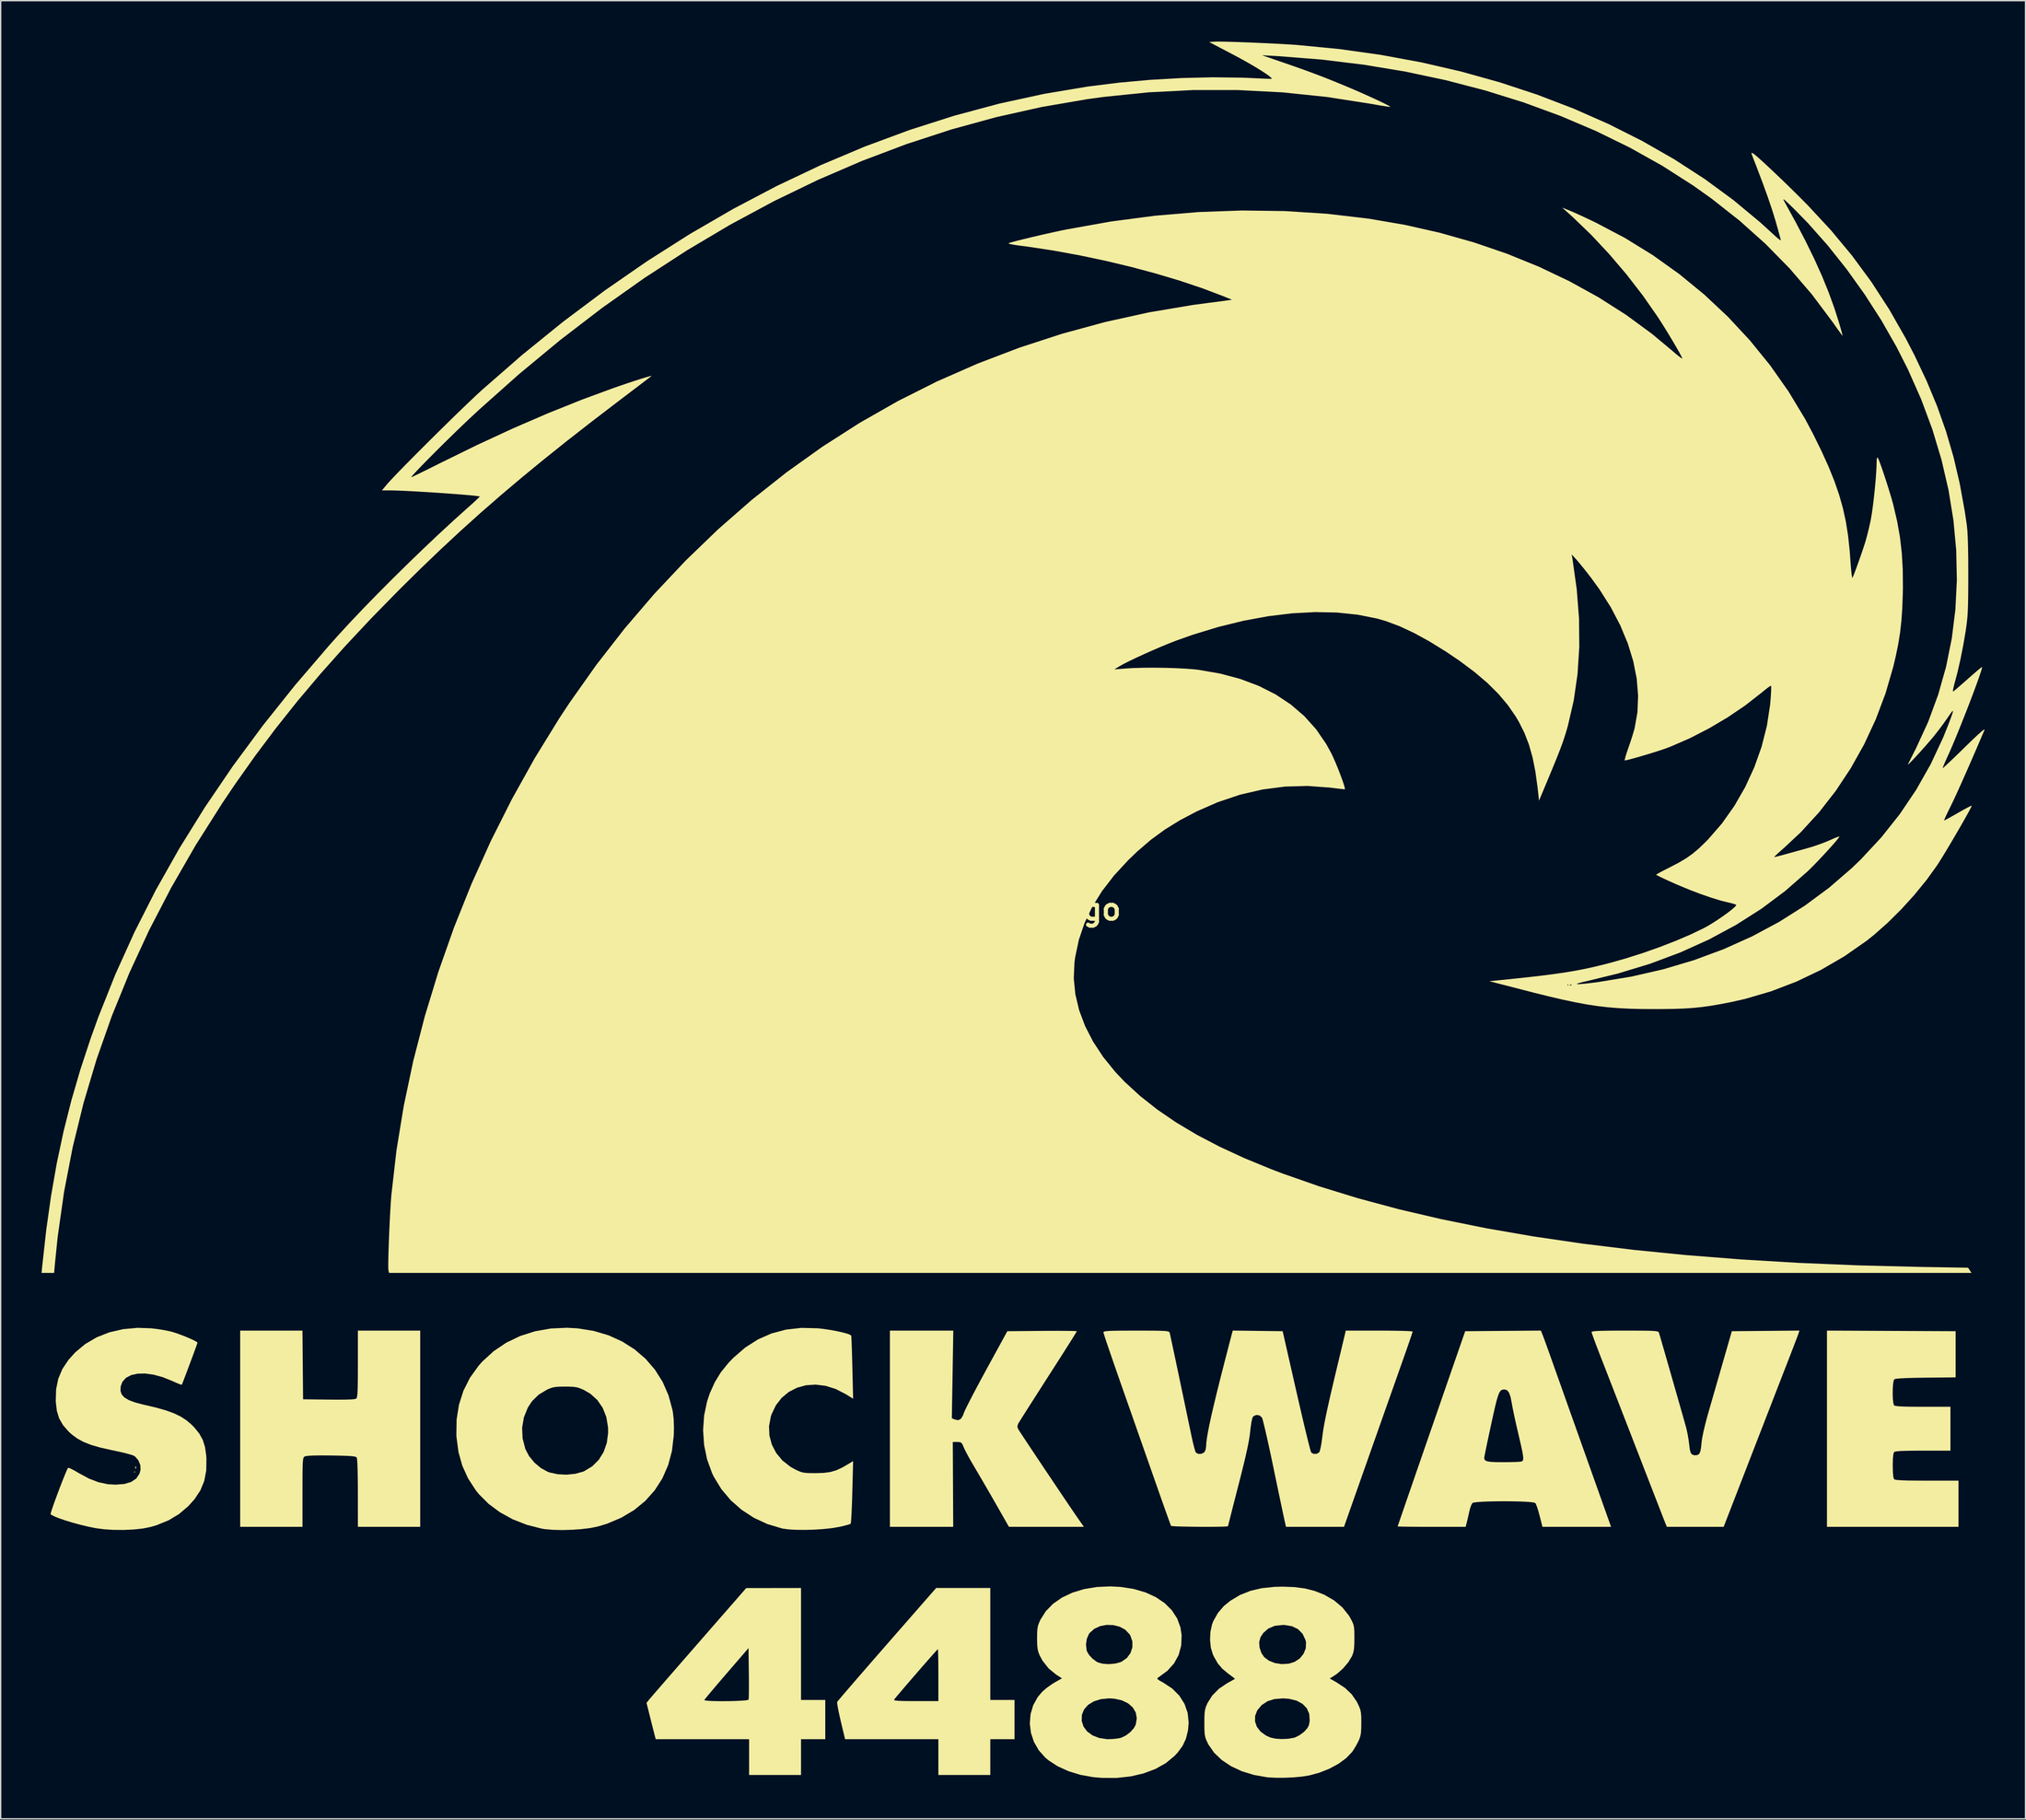
<source format=kicad_pcb>
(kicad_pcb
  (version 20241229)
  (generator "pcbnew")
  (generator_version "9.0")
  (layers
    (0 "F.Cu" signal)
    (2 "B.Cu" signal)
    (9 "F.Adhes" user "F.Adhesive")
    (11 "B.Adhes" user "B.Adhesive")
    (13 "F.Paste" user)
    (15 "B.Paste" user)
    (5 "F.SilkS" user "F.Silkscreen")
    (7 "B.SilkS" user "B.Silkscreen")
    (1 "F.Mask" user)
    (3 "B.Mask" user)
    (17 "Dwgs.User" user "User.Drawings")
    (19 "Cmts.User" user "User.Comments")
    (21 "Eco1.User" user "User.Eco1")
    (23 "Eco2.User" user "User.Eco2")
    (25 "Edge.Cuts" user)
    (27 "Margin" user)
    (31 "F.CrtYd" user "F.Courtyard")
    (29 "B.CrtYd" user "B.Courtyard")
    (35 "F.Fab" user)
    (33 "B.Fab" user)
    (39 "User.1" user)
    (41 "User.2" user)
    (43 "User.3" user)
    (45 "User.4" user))
  (footprint "Shockwave_logo"
    (layer "F.Cu")
    (at 70.028 63.66)
    (property "Reference" "Shockwave_logo" (at 0 0 0) (layer "F.SilkS") (effects (font (size 1.524 1.524) (thickness 0.3))))
    (attr board_only exclude_from_pos_files exclude_from_bom)
    (fp_poly (pts (xy -63.161 41.275) (xy -63.204 41.317) (xy -63.246 41.275) (xy -63.204 41.233)) (stroke (width 0) (type solid)) (fill yes) (layer "F.SilkS"))
    (fp_poly (pts (xy -63.103 40.878) (xy -63.093 41.01) (xy -63.11 41.04) (xy -63.149 41.015) (xy -63.155 40.929) (xy -63.134 40.839)) (stroke (width 0) (type solid)) (fill yes) (layer "F.SilkS"))
    (fp_poly (pts (xy 65.68 30.924) (xy 70.4 30.946) (xy 70.4 34.332) (xy 68.206 34.355) (xy 67.422 34.367) (xy 66.797 34.384) (xy 66.333 34.407) (xy 66.033 34.436) (xy 65.9 34.47) (xy 65.899 34.471) (xy 65.846 34.599) (xy 65.808 34.849) (xy 65.787 35.177) (xy 65.782 35.538) (xy 65.793 35.885) (xy 65.822 36.173) (xy 65.867 36.358) (xy 65.888 36.39) (xy 65.98 36.425) (xy 66.185 36.452) (xy 66.516 36.472) (xy 66.985 36.484) (xy 67.604 36.491) (xy 68.004 36.491) (xy 70.019 36.491) (xy 70.019 39.709) (xy 68.004 39.709) (xy 67.299 39.712) (xy 66.751 39.721) (xy 66.347 39.736) (xy 66.076 39.759) (xy 65.924 39.79) (xy 65.888 39.81) (xy 65.834 39.956) (xy 65.8 40.261) (xy 65.786 40.719) (xy 65.786 40.809) (xy 65.796 41.291) (xy 65.827 41.623) (xy 65.877 41.796) (xy 65.888 41.808) (xy 65.974 41.841) (xy 66.168 41.867) (xy 66.482 41.887) (xy 66.927 41.9) (xy 67.517 41.907) (xy 68.263 41.91) (xy 68.301 41.91) (xy 70.612 41.91) (xy 70.612 45.297) (xy 60.96 45.297) (xy 60.96 30.902)) (stroke (width 0) (type solid)) (fill yes) (layer "F.SilkS"))
    (fp_poly (pts (xy -50.865 33.422) (xy -50.842 35.941) (xy -48.948 35.964) (xy -48.245 35.969) (xy -47.703 35.964) (xy -47.311 35.951) (xy -47.06 35.927) (xy -46.941 35.893) (xy -46.937 35.89) (xy -46.902 35.831) (xy -46.875 35.708) (xy -46.854 35.504) (xy -46.839 35.203) (xy -46.829 34.786) (xy -46.823 34.238) (xy -46.821 33.542) (xy -46.821 33.348) (xy -46.821 30.903) (xy -42.249 30.903) (xy -42.249 45.297) (xy -46.821 45.297) (xy -46.822 42.82) (xy -46.825 42.153) (xy -46.833 41.553) (xy -46.845 41.039) (xy -46.861 40.633) (xy -46.88 40.353) (xy -46.901 40.221) (xy -46.903 40.217) (xy -46.957 40.173) (xy -47.069 40.139) (xy -47.261 40.113) (xy -47.552 40.094) (xy -47.964 40.079) (xy -48.517 40.068) (xy -48.762 40.064) (xy -49.477 40.058) (xy -50.034 40.065) (xy -50.431 40.083) (xy -50.663 40.114) (xy -50.712 40.13) (xy -50.761 40.162) (xy -50.8 40.211) (xy -50.83 40.296) (xy -50.851 40.435) (xy -50.867 40.648) (xy -50.876 40.951) (xy -50.882 41.365) (xy -50.884 41.907) (xy -50.885 42.596) (xy -50.885 42.76) (xy -50.885 45.297) (xy -55.457 45.297) (xy -55.457 30.903) (xy -50.887 30.903)) (stroke (width 0) (type solid)) (fill yes) (layer "F.SilkS"))
    (fp_poly (pts (xy -14.309 57.997) (xy -12.531 57.997) (xy -12.531 60.875) (xy -14.309 60.875) (xy -14.309 63.5) (xy -18.119 63.5) (xy -18.119 60.875) (xy -24.97 60.875) (xy -25.054 60.558) (xy -25.107 60.35) (xy -25.19 60.024) (xy -25.291 59.626) (xy -25.391 59.226) (xy -25.645 58.211) (xy -25.478 58.002) (xy -21.407 58.002) (xy -21.34 58.034) (xy -21.135 58.059) (xy -20.823 58.076) (xy -20.434 58.085) (xy -20 58.087) (xy -19.55 58.083) (xy -19.116 58.072) (xy -18.729 58.054) (xy -18.42 58.031) (xy -18.219 58.001) (xy -18.157 57.973) (xy -18.145 57.86) (xy -18.138 57.604) (xy -18.133 57.231) (xy -18.132 56.767) (xy -18.136 56.239) (xy -18.138 56.029) (xy -18.161 54.192) (xy -19.77 56.057) (xy -20.181 56.535) (xy -20.555 56.974) (xy -20.879 57.356) (xy -21.137 57.664) (xy -21.316 57.882) (xy -21.401 57.993) (xy -21.407 58.002) (xy -25.478 58.002) (xy -25.459 57.979) (xy -25.371 57.875) (xy -25.182 57.655) (xy -24.902 57.331) (xy -24.541 56.914) (xy -24.109 56.417) (xy -23.616 55.85) (xy -23.073 55.226) (xy -22.489 54.556) (xy -21.875 53.852) (xy -21.802 53.768) (xy -18.33 49.79) (xy -14.309 49.784)) (stroke (width 0) (type solid)) (fill yes) (layer "F.SilkS"))
    (fp_poly (pts (xy -0.423 57.997) (xy 1.355 57.997) (xy 1.355 60.875) (xy -0.423 60.875) (xy -0.423 63.5) (xy -4.233 63.5) (xy -4.233 60.875) (xy -11.078 60.875) (xy -11.391 59.565) (xy -11.495 59.112) (xy -11.579 58.713) (xy -11.636 58.398) (xy -11.661 58.199) (xy -11.659 58.147) (xy -11.597 58.066) (xy -11.521 57.975) (xy -7.482 57.975) (xy -7.47 58.013) (xy -7.373 58.041) (xy -7.172 58.061) (xy -6.852 58.073) (xy -6.393 58.08) (xy -5.889 58.081) (xy -4.233 58.081) (xy -4.233 56.176) (xy -4.235 55.629) (xy -4.239 55.143) (xy -4.246 54.742) (xy -4.255 54.451) (xy -4.265 54.293) (xy -4.271 54.271) (xy -4.333 54.332) (xy -4.488 54.503) (xy -4.719 54.762) (xy -5.01 55.092) (xy -5.342 55.472) (xy -5.7 55.884) (xy -6.066 56.306) (xy -6.423 56.72) (xy -6.755 57.106) (xy -7.043 57.445) (xy -7.272 57.716) (xy -7.425 57.901) (xy -7.482 57.975) (xy -11.521 57.975) (xy -11.432 57.869) (xy -11.175 57.566) (xy -10.835 57.169) (xy -10.42 56.688) (xy -9.941 56.135) (xy -9.408 55.521) (xy -8.829 54.855) (xy -8.213 54.15) (xy -8.005 53.911) (xy -4.395 49.784) (xy -0.423 49.784)) (stroke (width 0) (type solid)) (fill yes) (layer "F.SilkS"))
    (fp_poly (pts (xy -3.191 34.116) (xy -3.245 37.329) (xy -3.03 37.427) (xy -2.772 37.475) (xy -2.566 37.362) (xy -2.412 37.089) (xy -2.377 36.98) (xy -2.314 36.824) (xy -2.178 36.539) (xy -1.98 36.144) (xy -1.729 35.657) (xy -1.434 35.098) (xy -1.106 34.485) (xy -0.755 33.837) (xy -0.724 33.78) (xy 0.827 30.946) (xy 3.377 30.923) (xy 4.014 30.919) (xy 4.594 30.918) (xy 5.094 30.921) (xy 5.495 30.926) (xy 5.775 30.934) (xy 5.915 30.945) (xy 5.927 30.949) (xy 5.882 31.028) (xy 5.755 31.235) (xy 5.555 31.556) (xy 5.29 31.976) (xy 4.969 32.481) (xy 4.602 33.057) (xy 4.198 33.689) (xy 3.822 34.274) (xy 3.389 34.95) (xy 2.981 35.587) (xy 2.609 36.17) (xy 2.281 36.684) (xy 2.009 37.113) (xy 1.801 37.444) (xy 1.666 37.659) (xy 1.618 37.74) (xy 1.561 37.944) (xy 1.619 38.121) (xy 1.686 38.229) (xy 1.836 38.46) (xy 2.058 38.797) (xy 2.34 39.222) (xy 2.669 39.717) (xy 3.035 40.266) (xy 3.426 40.851) (xy 3.831 41.455) (xy 4.237 42.06) (xy 4.632 42.648) (xy 5.006 43.204) (xy 5.347 43.708) (xy 5.643 44.144) (xy 5.882 44.494) (xy 6.053 44.741) (xy 6.071 44.767) (xy 6.443 45.297) (xy 0.944 45.297) (xy -0.01 43.624) (xy -0.334 43.059) (xy -0.677 42.465) (xy -1.014 41.885) (xy -1.32 41.363) (xy -1.57 40.94) (xy -1.597 40.894) (xy -1.839 40.481) (xy -2.06 40.085) (xy -2.24 39.745) (xy -2.358 39.5) (xy -2.377 39.455) (xy -2.475 39.224) (xy -2.573 39.112) (xy -2.723 39.076) (xy -2.849 39.074) (xy -3.175 39.074) (xy -3.144 45.297) (xy -7.789 45.297) (xy -7.789 30.903) (xy -3.138 30.903)) (stroke (width 0) (type solid)) (fill yes) (layer "F.SilkS"))
    (fp_poly (pts (xy -13.094 30.732) (xy -13.067 30.734) (xy -12.616 30.785) (xy -12.147 30.856) (xy -11.691 30.94) (xy -11.28 31.031) (xy -10.944 31.122) (xy -10.716 31.205) (xy -10.626 31.272) (xy -10.617 31.379) (xy -10.604 31.633) (xy -10.589 32.01) (xy -10.573 32.486) (xy -10.557 33.039) (xy -10.542 33.634) (xy -10.488 35.9) (xy -11.022 35.567) (xy -11.762 35.187) (xy -12.507 34.954) (xy -13.24 34.864) (xy -13.945 34.912) (xy -14.606 35.093) (xy -15.206 35.401) (xy -15.728 35.833) (xy -16.155 36.382) (xy -16.471 37.044) (xy -16.523 37.2) (xy -16.657 37.905) (xy -16.63 38.6) (xy -16.452 39.265) (xy -16.132 39.88) (xy -15.679 40.426) (xy -15.103 40.882) (xy -14.738 41.088) (xy -14.481 41.208) (xy -14.269 41.287) (xy -14.05 41.332) (xy -13.775 41.353) (xy -13.396 41.359) (xy -13.252 41.36) (xy -12.656 41.342) (xy -12.171 41.279) (xy -11.739 41.156) (xy -11.306 40.958) (xy -10.97 40.767) (xy -10.488 40.476) (xy -10.546 42.738) (xy -10.563 43.342) (xy -10.584 43.889) (xy -10.605 44.359) (xy -10.627 44.727) (xy -10.647 44.971) (xy -10.665 45.068) (xy -10.77 45.114) (xy -11.001 45.181) (xy -11.319 45.26) (xy -11.523 45.305) (xy -12.045 45.393) (xy -12.659 45.459) (xy -13.323 45.503) (xy -13.995 45.523) (xy -14.633 45.518) (xy -15.195 45.487) (xy -15.64 45.43) (xy -15.704 45.416) (xy -16.772 45.096) (xy -17.764 44.637) (xy -18.668 44.049) (xy -19.468 43.345) (xy -20.152 42.534) (xy -20.705 41.629) (xy -20.836 41.357) (xy -21.2 40.355) (xy -21.419 39.297) (xy -21.493 38.213) (xy -21.419 37.131) (xy -21.198 36.083) (xy -21.004 35.507) (xy -20.634 34.686) (xy -20.189 33.958) (xy -19.633 33.271) (xy -19.269 32.893) (xy -18.398 32.142) (xy -17.467 31.548) (xy -16.473 31.111) (xy -15.414 30.83) (xy -14.288 30.703)) (stroke (width 0) (type solid)) (fill yes) (layer "F.SilkS"))
    (fp_poly (pts (xy -30.697 30.737) (xy -29.526 30.924) (xy -28.433 31.248) (xy -27.428 31.703) (xy -26.52 32.28) (xy -25.717 32.97) (xy -25.029 33.767) (xy -24.465 34.661) (xy -24.034 35.644) (xy -23.745 36.709) (xy -23.702 36.955) (xy -23.649 37.459) (xy -23.632 38.069) (xy -23.646 38.591) (xy -23.778 39.722) (xy -24.058 40.774) (xy -24.481 41.741) (xy -25.04 42.615) (xy -25.732 43.392) (xy -26.55 44.064) (xy -27.489 44.625) (xy -28.544 45.07) (xy -29.21 45.272) (xy -29.751 45.382) (xy -30.404 45.463) (xy -31.118 45.514) (xy -31.842 45.533) (xy -32.526 45.517) (xy -33.118 45.465) (xy -33.333 45.43) (xy -34.431 45.15) (xy -35.461 44.745) (xy -36.403 44.227) (xy -37.239 43.606) (xy -37.95 42.893) (xy -38.174 42.613) (xy -38.743 41.734) (xy -39.163 40.806) (xy -39.441 39.808) (xy -39.585 38.721) (xy -39.595 38.566) (xy -39.587 38.03) (xy -34.772 38.03) (xy -34.738 38.803) (xy -34.54 39.572) (xy -34.533 39.594) (xy -34.263 40.108) (xy -33.871 40.585) (xy -33.398 40.984) (xy -32.885 41.264) (xy -32.761 41.309) (xy -32.163 41.439) (xy -31.514 41.472) (xy -30.875 41.408) (xy -30.306 41.252) (xy -30.207 41.21) (xy -29.624 40.856) (xy -29.149 40.382) (xy -28.791 39.805) (xy -28.558 39.141) (xy -28.462 38.408) (xy -28.47 37.979) (xy -28.596 37.235) (xy -28.86 36.569) (xy -29.252 35.997) (xy -29.762 35.535) (xy -30.244 35.256) (xy -30.515 35.139) (xy -30.75 35.066) (xy -31.007 35.027) (xy -31.341 35.012) (xy -31.623 35.01) (xy -32.041 35.015) (xy -32.343 35.039) (xy -32.584 35.089) (xy -32.818 35.175) (xy -32.945 35.233) (xy -33.561 35.605) (xy -34.051 36.087) (xy -34.355 36.553) (xy -34.644 37.274) (xy -34.772 38.03) (xy -39.587 38.03) (xy -39.578 37.422) (xy -39.404 36.336) (xy -39.077 35.313) (xy -38.597 34.36) (xy -37.966 33.482) (xy -37.685 33.166) (xy -36.86 32.412) (xy -35.934 31.789) (xy -34.92 31.301) (xy -33.832 30.953) (xy -32.681 30.749) (xy -31.48 30.694)) (stroke (width 0) (type solid)) (fill yes) (layer "F.SilkS"))
    (fp_poly (pts (xy 58.88 31.093) (xy 58.834 31.22) (xy 58.735 31.483) (xy 58.592 31.858) (xy 58.413 32.323) (xy 58.208 32.855) (xy 57.984 33.432) (xy 57.98 33.443) (xy 57.79 33.931) (xy 57.548 34.553) (xy 57.263 35.288) (xy 56.943 36.112) (xy 56.597 37.003) (xy 56.235 37.938) (xy 55.864 38.894) (xy 55.494 39.848) (xy 55.261 40.449) (xy 53.382 45.296) (xy 51.296 45.296) (xy 49.21 45.297) (xy 49.075 44.959) (xy 49.021 44.822) (xy 48.911 44.542) (xy 48.752 44.132) (xy 48.548 43.608) (xy 48.306 42.984) (xy 48.03 42.275) (xy 47.727 41.494) (xy 47.402 40.657) (xy 47.061 39.778) (xy 46.994 39.604) (xy 46.63 38.667) (xy 46.266 37.728) (xy 45.909 36.809) (xy 45.567 35.928) (xy 45.248 35.107) (xy 44.959 34.366) (xy 44.71 33.724) (xy 44.506 33.202) (xy 44.369 32.851) (xy 44.171 32.339) (xy 43.995 31.878) (xy 43.851 31.49) (xy 43.748 31.202) (xy 43.695 31.036) (xy 43.689 31.009) (xy 43.725 30.977) (xy 43.844 30.952) (xy 44.06 30.933) (xy 44.388 30.919) (xy 44.842 30.91) (xy 45.438 30.905) (xy 46.138 30.903) (xy 46.848 30.904) (xy 47.408 30.907) (xy 47.835 30.912) (xy 48.148 30.922) (xy 48.364 30.938) (xy 48.503 30.959) (xy 48.583 30.989) (xy 48.621 31.026) (xy 48.632 31.052) (xy 48.705 31.298) (xy 48.814 31.674) (xy 48.954 32.156) (xy 49.117 32.723) (xy 49.298 33.351) (xy 49.489 34.018) (xy 49.685 34.701) (xy 49.879 35.379) (xy 50.065 36.028) (xy 50.235 36.627) (xy 50.385 37.152) (xy 50.506 37.581) (xy 50.593 37.891) (xy 50.639 38.057) (xy 50.731 38.471) (xy 50.811 38.931) (xy 50.85 39.243) (xy 50.897 39.622) (xy 50.963 39.862) (xy 51.064 39.992) (xy 51.218 40.043) (xy 51.315 40.047) (xy 51.482 40.023) (xy 51.597 39.933) (xy 51.675 39.748) (xy 51.728 39.443) (xy 51.759 39.116) (xy 51.805 38.788) (xy 51.895 38.338) (xy 52.021 37.804) (xy 52.174 37.223) (xy 52.237 36.999) (xy 52.382 36.496) (xy 52.561 35.873) (xy 52.763 35.172) (xy 52.975 34.438) (xy 53.184 33.711) (xy 53.322 33.232) (xy 53.981 30.946) (xy 56.461 30.923) (xy 58.94 30.901)) (stroke (width 0) (type solid)) (fill yes) (layer "F.SilkS"))
    (fp_poly (pts (xy 40.084 31.177) (xy 40.147 31.343) (xy 40.256 31.637) (xy 40.399 32.032) (xy 40.566 32.495) (xy 40.745 32.998) (xy 40.753 33.02) (xy 40.881 33.382) (xy 41.059 33.884) (xy 41.281 34.507) (xy 41.539 35.232) (xy 41.826 36.04) (xy 42.136 36.912) (xy 42.462 37.828) (xy 42.797 38.77) (xy 43.134 39.718) (xy 43.467 40.652) (xy 43.788 41.555) (xy 44.091 42.406) (xy 44.369 43.187) (xy 44.615 43.878) (xy 44.751 44.26) (xy 45.12 45.297) (xy 40.084 45.297) (xy 39.88 44.482) (xy 39.781 44.121) (xy 39.681 43.816) (xy 39.597 43.609) (xy 39.559 43.55) (xy 39.436 43.511) (xy 39.173 43.479) (xy 38.796 43.454) (xy 38.334 43.437) (xy 37.815 43.426) (xy 37.268 43.422) (xy 36.72 43.426) (xy 36.199 43.436) (xy 35.733 43.454) (xy 35.351 43.479) (xy 35.08 43.51) (xy 34.949 43.549) (xy 34.947 43.551) (xy 34.866 43.695) (xy 34.779 43.944) (xy 34.722 44.165) (xy 34.648 44.501) (xy 34.572 44.824) (xy 34.534 44.979) (xy 34.453 45.297) (xy 31.958 45.297) (xy 31.328 45.296) (xy 30.756 45.293) (xy 30.264 45.289) (xy 29.872 45.283) (xy 29.601 45.277) (xy 29.472 45.269) (xy 29.464 45.267) (xy 29.492 45.181) (xy 29.575 44.937) (xy 29.713 44.534) (xy 29.906 43.973) (xy 30.153 43.257) (xy 30.455 42.384) (xy 30.81 41.356) (xy 31.197 40.237) (xy 35.814 40.237) (xy 35.834 40.356) (xy 35.911 40.441) (xy 36.066 40.499) (xy 36.322 40.534) (xy 36.702 40.551) (xy 37.221 40.555) (xy 37.665 40.552) (xy 38.054 40.542) (xy 38.355 40.528) (xy 38.533 40.51) (xy 38.559 40.504) (xy 38.625 40.463) (xy 38.666 40.388) (xy 38.678 40.258) (xy 38.659 40.055) (xy 38.607 39.757) (xy 38.519 39.344) (xy 38.393 38.798) (xy 38.315 38.465) (xy 38.188 37.917) (xy 38.067 37.378) (xy 37.963 36.888) (xy 37.882 36.486) (xy 37.838 36.237) (xy 37.747 35.773) (xy 37.636 35.46) (xy 37.498 35.282) (xy 37.324 35.222) (xy 37.31 35.221) (xy 37.187 35.229) (xy 37.084 35.262) (xy 36.993 35.34) (xy 36.909 35.477) (xy 36.824 35.693) (xy 36.732 36.003) (xy 36.626 36.426) (xy 36.499 36.977) (xy 36.346 37.675) (xy 36.324 37.777) (xy 36.192 38.388) (xy 36.073 38.947) (xy 35.971 39.433) (xy 35.891 39.824) (xy 35.837 40.097) (xy 35.814 40.23) (xy 35.814 40.237) (xy 31.197 40.237) (xy 31.219 40.174) (xy 31.681 38.839) (xy 32.197 37.352) (xy 32.765 35.713) (xy 33.385 33.923) (xy 33.933 32.343) (xy 34.418 30.946) (xy 37.194 30.923) (xy 39.97 30.901)) (stroke (width 0) (type solid)) (fill yes) (layer "F.SilkS"))
    (fp_poly (pts (xy -61.976 30.734) (xy -61.516 30.79) (xy -61.036 30.867) (xy -60.612 30.953) (xy -60.457 30.992) (xy -60.152 31.088) (xy -59.801 31.214) (xy -59.439 31.357) (xy -59.103 31.501) (xy -58.826 31.631) (xy -58.643 31.733) (xy -58.589 31.786) (xy -58.618 31.877) (xy -58.695 32.097) (xy -58.81 32.414) (xy -58.952 32.8) (xy -59.109 33.222) (xy -59.27 33.653) (xy -59.423 34.061) (xy -59.559 34.416) (xy -59.664 34.688) (xy -59.729 34.847) (xy -59.743 34.875) (xy -59.828 34.858) (xy -60.028 34.781) (xy -60.307 34.66) (xy -60.43 34.603) (xy -61.133 34.32) (xy -61.803 34.136) (xy -62.424 34.05) (xy -62.98 34.061) (xy -63.455 34.166) (xy -63.832 34.364) (xy -64.095 34.653) (xy -64.222 34.99) (xy -64.24 35.31) (xy -64.156 35.578) (xy -63.956 35.805) (xy -63.628 36.001) (xy -63.158 36.176) (xy -62.533 36.339) (xy -62.43 36.362) (xy -61.585 36.562) (xy -60.883 36.763) (xy -60.3 36.977) (xy -59.812 37.214) (xy -59.393 37.487) (xy -59.019 37.807) (xy -58.815 38.015) (xy -58.453 38.464) (xy -58.199 38.927) (xy -58.036 39.45) (xy -57.948 40.075) (xy -57.933 40.301) (xy -57.947 41.159) (xy -58.091 41.924) (xy -58.375 42.621) (xy -58.809 43.276) (xy -59.27 43.786) (xy -59.946 44.361) (xy -60.705 44.818) (xy -61.573 45.172) (xy -62.023 45.306) (xy -62.584 45.418) (xy -63.261 45.492) (xy -64.003 45.526) (xy -64.76 45.52) (xy -65.482 45.473) (xy -66.082 45.391) (xy -66.627 45.279) (xy -67.194 45.143) (xy -67.753 44.991) (xy -68.274 44.832) (xy -68.729 44.676) (xy -69.087 44.532) (xy -69.32 44.409) (xy -69.365 44.373) (xy -69.351 44.284) (xy -69.285 44.066) (xy -69.177 43.747) (xy -69.037 43.357) (xy -68.877 42.921) (xy -68.707 42.47) (xy -68.538 42.032) (xy -68.38 41.634) (xy -68.244 41.304) (xy -68.141 41.072) (xy -68.082 40.966) (xy -67.992 40.984) (xy -67.793 41.076) (xy -67.516 41.226) (xy -67.3 41.354) (xy -66.554 41.757) (xy -65.856 42.025) (xy -65.169 42.17) (xy -64.601 42.204) (xy -63.958 42.154) (xy -63.451 42.003) (xy -63.08 41.752) (xy -62.845 41.4) (xy -62.765 41.11) (xy -62.783 40.766) (xy -62.922 40.426) (xy -63.151 40.156) (xy -63.272 40.076) (xy -63.441 40.015) (xy -63.742 39.93) (xy -64.14 39.832) (xy -64.601 39.729) (xy -64.904 39.666) (xy -65.72 39.483) (xy -66.393 39.288) (xy -66.951 39.068) (xy -67.419 38.813) (xy -67.825 38.511) (xy -68.05 38.302) (xy -68.458 37.831) (xy -68.737 37.344) (xy -68.906 36.797) (xy -68.983 36.146) (xy -68.987 36.068) (xy -68.961 35.209) (xy -68.802 34.434) (xy -68.501 33.719) (xy -68.048 33.042) (xy -67.568 32.509) (xy -66.831 31.892) (xy -65.989 31.397) (xy -65.057 31.03) (xy -64.049 30.796) (xy -62.983 30.699)) (stroke (width 0) (type solid)) (fill yes) (layer "F.SilkS"))
    (fp_poly (pts (xy 9.145 49.707) (xy 10.106 49.857) (xy 10.971 50.111) (xy 11.731 50.461) (xy 12.377 50.901) (xy 12.898 51.422) (xy 13.285 52.017) (xy 13.529 52.679) (xy 13.614 53.251) (xy 13.582 54.009) (xy 13.395 54.7) (xy 13.055 55.319) (xy 12.564 55.864) (xy 11.924 56.332) (xy 11.89 56.353) (xy 11.826 56.409) (xy 11.85 56.474) (xy 11.981 56.569) (xy 12.243 56.715) (xy 12.273 56.732) (xy 12.929 57.165) (xy 13.449 57.689) (xy 13.827 58.289) (xy 14.057 58.953) (xy 14.131 59.669) (xy 14.079 60.24) (xy 13.929 60.844) (xy 13.685 61.366) (xy 13.32 61.861) (xy 13.083 62.114) (xy 12.452 62.633) (xy 11.696 63.058) (xy 10.832 63.383) (xy 9.88 63.605) (xy 8.857 63.717) (xy 7.78 63.716) (xy 7.133 63.661) (xy 6.195 63.494) (xy 5.315 63.224) (xy 4.521 62.863) (xy 3.843 62.422) (xy 3.61 62.226) (xy 3.126 61.68) (xy 2.774 61.064) (xy 2.557 60.402) (xy 2.476 59.719) (xy 2.49 59.544) (xy 6.283 59.544) (xy 6.419 59.958) (xy 6.688 60.314) (xy 7.072 60.595) (xy 7.555 60.786) (xy 8.118 60.872) (xy 8.245 60.875) (xy 8.601 60.86) (xy 8.941 60.822) (xy 9.156 60.777) (xy 9.512 60.612) (xy 9.85 60.357) (xy 10.117 60.056) (xy 10.248 59.806) (xy 10.325 59.342) (xy 10.249 58.92) (xy 10.033 58.551) (xy 9.691 58.249) (xy 9.238 58.029) (xy 8.688 57.905) (xy 8.288 57.881) (xy 7.693 57.938) (xy 7.175 58.1) (xy 6.756 58.355) (xy 6.456 58.691) (xy 6.297 59.087) (xy 6.283 59.544) (xy 2.49 59.544) (xy 2.531 59.04) (xy 2.724 58.388) (xy 3.055 57.788) (xy 3.384 57.399) (xy 3.672 57.147) (xy 4.025 56.887) (xy 4.303 56.713) (xy 4.836 56.412) (xy 4.404 56.135) (xy 3.856 55.686) (xy 3.409 55.118) (xy 3.199 54.73) (xy 3.106 54.493) (xy 3.048 54.248) (xy 3.018 53.942) (xy 3.018 53.933) (xy 6.598 53.933) (xy 6.643 54.345) (xy 6.679 54.456) (xy 6.836 54.714) (xy 7.089 54.979) (xy 7.377 55.193) (xy 7.493 55.253) (xy 7.845 55.345) (xy 8.281 55.37) (xy 8.73 55.331) (xy 9.122 55.229) (xy 9.208 55.192) (xy 9.595 54.922) (xy 9.862 54.561) (xy 10.001 54.144) (xy 10.002 53.704) (xy 9.853 53.276) (xy 9.794 53.179) (xy 9.482 52.849) (xy 9.072 52.625) (xy 8.604 52.505) (xy 8.112 52.491) (xy 7.635 52.581) (xy 7.208 52.778) (xy 6.869 53.081) (xy 6.813 53.157) (xy 6.658 53.511) (xy 6.598 53.933) (xy 3.018 53.933) (xy 3.009 53.526) (xy 3.009 53.467) (xy 3.014 53.057) (xy 3.036 52.762) (xy 3.084 52.527) (xy 3.169 52.299) (xy 3.255 52.112) (xy 3.65 51.487) (xy 4.182 50.943) (xy 4.836 50.488) (xy 5.598 50.127) (xy 6.454 49.866) (xy 7.389 49.711) (xy 8.391 49.667)) (stroke (width 0) (type solid)) (fill yes) (layer "F.SilkS"))
    (fp_poly (pts (xy 21.89 49.717) (xy 22.669 49.82) (xy 23.378 50.002) (xy 24.061 50.272) (xy 24.088 50.284) (xy 24.802 50.697) (xy 25.405 51.206) (xy 25.877 51.794) (xy 26 52.002) (xy 26.127 52.245) (xy 26.21 52.444) (xy 26.259 52.645) (xy 26.282 52.897) (xy 26.289 53.247) (xy 26.289 53.467) (xy 26.283 53.915) (xy 26.262 54.239) (xy 26.219 54.486) (xy 26.147 54.7) (xy 26.106 54.794) (xy 25.843 55.231) (xy 25.474 55.668) (xy 25.052 56.048) (xy 24.847 56.192) (xy 24.48 56.424) (xy 24.965 56.697) (xy 25.6 57.116) (xy 26.09 57.581) (xy 26.456 58.112) (xy 26.519 58.232) (xy 26.645 58.501) (xy 26.726 58.721) (xy 26.771 58.946) (xy 26.792 59.227) (xy 26.796 59.618) (xy 26.796 59.689) (xy 26.791 60.113) (xy 26.77 60.418) (xy 26.726 60.655) (xy 26.651 60.874) (xy 26.573 61.045) (xy 26.404 61.365) (xy 26.214 61.678) (xy 26.109 61.827) (xy 25.68 62.272) (xy 25.115 62.684) (xy 24.444 63.046) (xy 23.7 63.34) (xy 22.965 63.538) (xy 22.456 63.618) (xy 21.84 63.675) (xy 21.18 63.706) (xy 20.538 63.708) (xy 19.976 63.678) (xy 19.874 63.667) (xy 18.914 63.499) (xy 18.031 63.226) (xy 17.24 62.857) (xy 16.558 62.403) (xy 16.001 61.871) (xy 15.584 61.272) (xy 15.528 61.163) (xy 15.42 60.932) (xy 15.35 60.73) (xy 15.308 60.511) (xy 15.288 60.23) (xy 15.283 59.84) (xy 15.282 59.69) (xy 15.283 59.575) (xy 18.999 59.575) (xy 19.134 59.968) (xy 19.406 60.321) (xy 19.808 60.612) (xy 20.13 60.755) (xy 20.502 60.837) (xy 20.962 60.867) (xy 21.437 60.845) (xy 21.854 60.772) (xy 21.942 60.745) (xy 22.237 60.6) (xy 22.537 60.385) (xy 22.648 60.283) (xy 22.851 60.049) (xy 22.957 59.833) (xy 23.006 59.548) (xy 23.01 59.496) (xy 22.976 59.015) (xy 22.796 58.607) (xy 22.482 58.282) (xy 22.044 58.047) (xy 21.494 57.912) (xy 21.04 57.882) (xy 20.424 57.932) (xy 19.92 58.089) (xy 19.501 58.363) (xy 19.473 58.388) (xy 19.162 58.763) (xy 19.006 59.166) (xy 18.999 59.575) (xy 15.283 59.575) (xy 15.286 59.251) (xy 15.302 58.935) (xy 15.338 58.696) (xy 15.4 58.486) (xy 15.496 58.261) (xy 15.509 58.232) (xy 15.861 57.672) (xy 16.355 57.174) (xy 16.968 56.76) (xy 17.008 56.739) (xy 17.265 56.599) (xy 17.45 56.494) (xy 17.526 56.445) (xy 17.526 56.444) (xy 17.463 56.39) (xy 17.297 56.262) (xy 17.061 56.088) (xy 17.024 56.061) (xy 16.596 55.704) (xy 16.265 55.312) (xy 15.987 54.828) (xy 15.905 54.652) (xy 15.757 54.163) (xy 15.715 53.749) (xy 19.305 53.749) (xy 19.33 54.151) (xy 19.463 54.547) (xy 19.669 54.854) (xy 20.017 55.118) (xy 20.464 55.293) (xy 20.962 55.369) (xy 21.464 55.34) (xy 21.893 55.211) (xy 22.282 54.956) (xy 22.564 54.607) (xy 22.724 54.202) (xy 22.741 53.775) (xy 22.704 53.605) (xy 22.489 53.144) (xy 22.156 52.805) (xy 21.71 52.589) (xy 21.152 52.498) (xy 21.029 52.495) (xy 20.448 52.56) (xy 19.97 52.76) (xy 19.595 53.093) (xy 19.399 53.398) (xy 19.305 53.749) (xy 15.715 53.749) (xy 15.699 53.592) (xy 15.728 53.003) (xy 15.845 52.458) (xy 15.936 52.22) (xy 16.279 51.612) (xy 16.709 51.111) (xy 17.199 50.714) (xy 17.893 50.3) (xy 18.646 49.997) (xy 19.481 49.8) (xy 20.423 49.701) (xy 20.997 49.686)) (stroke (width 0) (type solid)) (fill yes) (layer "F.SilkS"))
    (fp_poly (pts (xy 21.027 30.946) (xy 22.025 35.336) (xy 22.217 36.175) (xy 22.401 36.966) (xy 22.572 37.693) (xy 22.727 38.34) (xy 22.862 38.892) (xy 22.974 39.333) (xy 23.057 39.647) (xy 23.109 39.818) (xy 23.122 39.845) (xy 23.302 39.948) (xy 23.527 39.942) (xy 23.711 39.831) (xy 23.764 39.697) (xy 23.824 39.434) (xy 23.885 39.082) (xy 23.931 38.73) (xy 23.971 38.421) (xy 24.022 38.085) (xy 24.09 37.704) (xy 24.176 37.263) (xy 24.285 36.746) (xy 24.42 36.136) (xy 24.584 35.418) (xy 24.782 34.576) (xy 25.015 33.594) (xy 25.143 33.061) (xy 25.271 32.525) (xy 25.388 32.037) (xy 25.487 31.622) (xy 25.562 31.308) (xy 25.606 31.122) (xy 25.613 31.094) (xy 25.657 30.903) (xy 28.111 30.903) (xy 28.736 30.906) (xy 29.302 30.912) (xy 29.789 30.921) (xy 30.174 30.934) (xy 30.438 30.949) (xy 30.559 30.966) (xy 30.565 30.97) (xy 30.537 31.065) (xy 30.461 31.297) (xy 30.343 31.644) (xy 30.191 32.084) (xy 30.013 32.593) (xy 29.861 33.023) (xy 29.704 33.467) (xy 29.498 34.05) (xy 29.251 34.75) (xy 28.969 35.546) (xy 28.661 36.417) (xy 28.334 37.343) (xy 27.996 38.301) (xy 27.653 39.271) (xy 27.342 40.152) (xy 25.527 45.295) (xy 21.27 45.297) (xy 21.142 44.725) (xy 21.097 44.516) (xy 21.021 44.162) (xy 20.921 43.686) (xy 20.8 43.109) (xy 20.662 42.453) (xy 20.513 41.74) (xy 20.357 40.991) (xy 20.32 40.809) (xy 20.165 40.073) (xy 20.016 39.384) (xy 19.878 38.76) (xy 19.754 38.221) (xy 19.65 37.785) (xy 19.569 37.471) (xy 19.516 37.297) (xy 19.505 37.275) (xy 19.321 37.121) (xy 19.085 37.091) (xy 18.869 37.193) (xy 18.86 37.202) (xy 18.795 37.346) (xy 18.731 37.638) (xy 18.672 38.057) (xy 18.647 38.285) (xy 18.604 38.632) (xy 18.537 39.038) (xy 18.441 39.521) (xy 18.313 40.1) (xy 18.148 40.792) (xy 17.942 41.617) (xy 17.785 42.228) (xy 17.61 42.911) (xy 17.448 43.541) (xy 17.306 44.1) (xy 17.187 44.569) (xy 17.096 44.929) (xy 17.038 45.163) (xy 17.018 45.251) (xy 16.938 45.268) (xy 16.717 45.281) (xy 16.381 45.29) (xy 15.96 45.295) (xy 15.481 45.297) (xy 14.972 45.296) (xy 14.46 45.291) (xy 13.974 45.284) (xy 13.541 45.274) (xy 13.188 45.261) (xy 12.945 45.246) (xy 12.838 45.228) (xy 12.836 45.226) (xy 12.799 45.134) (xy 12.713 44.898) (xy 12.583 44.537) (xy 12.416 44.069) (xy 12.217 43.509) (xy 11.994 42.876) (xy 11.751 42.187) (xy 11.651 41.903) (xy 11.363 41.08) (xy 11.032 40.137) (xy 10.673 39.115) (xy 10.3 38.053) (xy 9.928 36.992) (xy 9.57 35.973) (xy 9.24 35.034) (xy 9.192 34.898) (xy 8.925 34.136) (xy 8.677 33.421) (xy 8.452 32.769) (xy 8.256 32.196) (xy 8.094 31.719) (xy 7.973 31.354) (xy 7.898 31.117) (xy 7.874 31.025) (xy 7.896 30.989) (xy 7.972 30.961) (xy 8.121 30.939) (xy 8.359 30.923) (xy 8.703 30.913) (xy 9.171 30.907) (xy 9.779 30.904) (xy 10.281 30.903) (xy 10.985 30.904) (xy 11.538 30.907) (xy 11.959 30.913) (xy 12.266 30.923) (xy 12.477 30.939) (xy 12.612 30.961) (xy 12.688 30.991) (xy 12.725 31.03) (xy 12.734 31.052) (xy 12.762 31.169) (xy 12.822 31.444) (xy 12.913 31.867) (xy 13.034 32.431) (xy 13.181 33.125) (xy 13.353 33.941) (xy 13.549 34.872) (xy 13.767 35.908) (xy 14.004 37.04) (xy 14.259 38.259) (xy 14.349 38.688) (xy 14.44 39.097) (xy 14.528 39.451) (xy 14.603 39.713) (xy 14.657 39.847) (xy 14.661 39.852) (xy 14.838 39.949) (xy 15.067 39.942) (xy 15.27 39.835) (xy 15.276 39.83) (xy 15.37 39.654) (xy 15.409 39.418) (xy 15.409 39.415) (xy 15.424 39.15) (xy 15.468 38.798) (xy 15.544 38.35) (xy 15.653 37.798) (xy 15.797 37.134) (xy 15.979 36.351) (xy 16.199 35.44) (xy 16.46 34.394) (xy 16.764 33.205) (xy 17.111 31.864) (xy 17.28 31.219) (xy 17.364 30.9)) (stroke (width 0) (type solid)) (fill yes) (layer "F.SilkS"))
    (fp_poly (pts (xy 16.63 -63.656) (xy 17.108 -63.645) (xy 17.678 -63.627) (xy 18.313 -63.604) (xy 18.989 -63.577) (xy 19.679 -63.546) (xy 20.357 -63.514) (xy 20.998 -63.48) (xy 21.575 -63.446) (xy 22.064 -63.413) (xy 22.098 -63.41) (xy 25.195 -63.11) (xy 28.237 -62.683) (xy 31.217 -62.132) (xy 34.128 -61.46) (xy 36.963 -60.668) (xy 39.714 -59.761) (xy 42.376 -58.74) (xy 44.941 -57.609) (xy 47.402 -56.37) (xy 49.753 -55.026) (xy 51.986 -53.58) (xy 54.094 -52.034) (xy 56.071 -50.391) (xy 56.993 -49.549) (xy 57.242 -49.322) (xy 57.437 -49.159) (xy 57.553 -49.08) (xy 57.573 -49.082) (xy 57.551 -49.187) (xy 57.489 -49.425) (xy 57.396 -49.767) (xy 57.279 -50.183) (xy 57.198 -50.468) (xy 56.946 -51.289) (xy 56.621 -52.247) (xy 56.229 -53.33) (xy 55.775 -54.524) (xy 55.549 -55.1) (xy 55.453 -55.35) (xy 55.42 -55.473) (xy 55.448 -55.499) (xy 55.532 -55.461) (xy 55.667 -55.363) (xy 55.904 -55.16) (xy 56.228 -54.869) (xy 56.621 -54.506) (xy 57.067 -54.087) (xy 57.549 -53.627) (xy 58.051 -53.143) (xy 58.554 -52.649) (xy 59.044 -52.163) (xy 59.503 -51.7) (xy 59.565 -51.637) (xy 61.256 -49.816) (xy 62.8 -47.956) (xy 64.217 -46.032) (xy 65.524 -44.017) (xy 66.741 -41.885) (xy 67.387 -40.637) (xy 68.28 -38.748) (xy 69.047 -36.901) (xy 69.698 -35.059) (xy 70.245 -33.187) (xy 70.698 -31.248) (xy 71.07 -29.206) (xy 71.22 -28.194) (xy 71.26 -27.801) (xy 71.29 -27.253) (xy 71.311 -26.547) (xy 71.324 -25.68) (xy 71.328 -24.648) (xy 71.328 -24.511) (xy 71.326 -23.701) (xy 71.321 -23.034) (xy 71.312 -22.486) (xy 71.298 -22.03) (xy 71.278 -21.641) (xy 71.25 -21.294) (xy 71.213 -20.963) (xy 71.166 -20.622) (xy 71.134 -20.405) (xy 70.962 -19.392) (xy 70.764 -18.389) (xy 70.55 -17.447) (xy 70.332 -16.619) (xy 70.32 -16.577) (xy 70.244 -16.284) (xy 70.206 -16.074) (xy 70.211 -15.98) (xy 70.224 -15.98) (xy 70.316 -16.053) (xy 70.511 -16.219) (xy 70.784 -16.455) (xy 71.11 -16.741) (xy 71.299 -16.908) (xy 71.64 -17.208) (xy 71.936 -17.463) (xy 72.165 -17.654) (xy 72.304 -17.763) (xy 72.334 -17.78) (xy 72.332 -17.705) (xy 72.273 -17.492) (xy 72.164 -17.161) (xy 72.012 -16.73) (xy 71.826 -16.218) (xy 71.611 -15.645) (xy 71.376 -15.029) (xy 71.127 -14.39) (xy 70.872 -13.745) (xy 70.619 -13.115) (xy 70.374 -12.519) (xy 70.145 -11.974) (xy 69.939 -11.501) (xy 69.814 -11.227) (xy 69.659 -10.885) (xy 69.539 -10.606) (xy 69.467 -10.419) (xy 69.453 -10.359) (xy 69.519 -10.408) (xy 69.688 -10.561) (xy 69.946 -10.802) (xy 70.276 -11.117) (xy 70.661 -11.49) (xy 71.055 -11.875) (xy 71.578 -12.383) (xy 71.987 -12.769) (xy 72.282 -13.033) (xy 72.462 -13.175) (xy 72.527 -13.194) (xy 72.52 -13.166) (xy 72.033 -12.027) (xy 71.58 -10.981) (xy 71.167 -10.038) (xy 70.798 -9.209) (xy 70.479 -8.505) (xy 70.215 -7.937) (xy 70.028 -7.553) (xy 69.843 -7.178) (xy 69.694 -6.864) (xy 69.594 -6.637) (xy 69.554 -6.526) (xy 69.556 -6.519) (xy 69.642 -6.559) (xy 69.847 -6.668) (xy 70.14 -6.831) (xy 70.495 -7.032) (xy 70.577 -7.079) (xy 70.939 -7.284) (xy 71.244 -7.45) (xy 71.465 -7.563) (xy 71.574 -7.609) (xy 71.581 -7.608) (xy 71.552 -7.526) (xy 71.448 -7.32) (xy 71.28 -7.011) (xy 71.063 -6.622) (xy 70.808 -6.174) (xy 70.526 -5.687) (xy 70.232 -5.184) (xy 69.937 -4.686) (xy 69.654 -4.214) (xy 69.395 -3.789) (xy 69.172 -3.433) (xy 69.021 -3.202) (xy 68.255 -2.141) (xy 67.378 -1.068) (xy 66.425 -0.019) (xy 65.432 0.968) (xy 64.434 1.853) (xy 63.861 2.311) (xy 62.239 3.442) (xy 60.519 4.442) (xy 58.718 5.302) (xy 56.853 6.015) (xy 54.943 6.573) (xy 53.917 6.804) (xy 53.134 6.955) (xy 52.433 7.075) (xy 51.777 7.166) (xy 51.128 7.232) (xy 50.447 7.276) (xy 49.695 7.302) (xy 48.835 7.314) (xy 48.26 7.316) (xy 47.314 7.309) (xy 46.451 7.287) (xy 45.644 7.245) (xy 44.87 7.181) (xy 44.101 7.091) (xy 43.312 6.97) (xy 42.479 6.815) (xy 41.574 6.623) (xy 40.574 6.39) (xy 39.451 6.111) (xy 38.777 5.938) (xy 37.256 5.546) (xy 41.91 5.546) (xy 41.952 5.588) (xy 41.995 5.546) (xy 41.981 5.532) (xy 42.108 5.532) (xy 42.119 5.582) (xy 42.164 5.588) (xy 42.234 5.557) (xy 42.22 5.532) (xy 42.12 5.521) (xy 42.108 5.532) (xy 41.981 5.532) (xy 41.952 5.503) (xy 41.91 5.546) (xy 37.256 5.546) (xy 36.195 5.272) (xy 36.788 5.212) (xy 37.998 5.088) (xy 39.061 4.974) (xy 39.996 4.866) (xy 40.825 4.76) (xy 41.568 4.655) (xy 42.246 4.546) (xy 42.879 4.43) (xy 43.49 4.305) (xy 44.097 4.166) (xy 44.723 4.011) (xy 45.043 3.928) (xy 46.244 3.588) (xy 47.476 3.195) (xy 48.699 2.763) (xy 49.873 2.307) (xy 50.96 1.842) (xy 51.918 1.382) (xy 51.94 1.371) (xy 52.272 1.187) (xy 52.642 0.96) (xy 53.027 0.709) (xy 53.401 0.45) (xy 53.74 0.202) (xy 54.02 -0.019) (xy 54.217 -0.194) (xy 54.305 -0.306) (xy 54.302 -0.332) (xy 54.185 -0.383) (xy 53.956 -0.449) (xy 53.721 -0.504) (xy 53.143 -0.649) (xy 52.451 -0.862) (xy 51.681 -1.129) (xy 50.869 -1.439) (xy 50.051 -1.778) (xy 49.807 -1.884) (xy 49.364 -2.082) (xy 48.98 -2.259) (xy 48.68 -2.402) (xy 48.489 -2.5) (xy 48.429 -2.54) (xy 48.501 -2.592) (xy 48.696 -2.704) (xy 48.988 -2.858) (xy 49.347 -3.041) (xy 49.424 -3.08) (xy 50.085 -3.423) (xy 50.633 -3.749) (xy 51.116 -4.091) (xy 51.582 -4.486) (xy 52.079 -4.967) (xy 52.242 -5.134) (xy 53.256 -6.301) (xy 54.165 -7.587) (xy 54.96 -8.968) (xy 55.629 -10.423) (xy 56.164 -11.929) (xy 56.554 -13.465) (xy 56.79 -15.007) (xy 56.815 -15.283) (xy 56.844 -15.692) (xy 56.863 -16.037) (xy 56.869 -16.285) (xy 56.862 -16.401) (xy 56.86 -16.405) (xy 56.782 -16.372) (xy 56.604 -16.248) (xy 56.355 -16.054) (xy 56.116 -15.857) (xy 54.952 -14.95) (xy 53.665 -14.08) (xy 52.299 -13.272) (xy 50.901 -12.553) (xy 49.514 -11.95) (xy 49.177 -11.821) (xy 48.877 -11.716) (xy 48.49 -11.59) (xy 48.05 -11.452) (xy 47.589 -11.313) (xy 47.14 -11.181) (xy 46.735 -11.068) (xy 46.407 -10.981) (xy 46.188 -10.931) (xy 46.124 -10.922) (xy 46.126 -10.996) (xy 46.178 -11.198) (xy 46.27 -11.495) (xy 46.387 -11.835) (xy 46.537 -12.269) (xy 46.68 -12.711) (xy 46.796 -13.098) (xy 46.85 -13.295) (xy 47.056 -14.459) (xy 47.105 -15.673) (xy 47.002 -16.926) (xy 46.747 -18.21) (xy 46.345 -19.516) (xy 45.797 -20.833) (xy 45.106 -22.153) (xy 44.276 -23.465) (xy 43.671 -24.299) (xy 43.371 -24.687) (xy 43.074 -25.062) (xy 42.81 -25.386) (xy 42.611 -25.62) (xy 42.58 -25.654) (xy 42.232 -26.035) (xy 42.287 -25.716) (xy 42.602 -23.482) (xy 42.77 -21.329) (xy 42.789 -19.255) (xy 42.66 -17.257) (xy 42.383 -15.335) (xy 41.957 -13.487) (xy 41.876 -13.2) (xy 41.768 -12.84) (xy 41.656 -12.491) (xy 41.53 -12.129) (xy 41.38 -11.726) (xy 41.197 -11.258) (xy 40.97 -10.699) (xy 40.691 -10.022) (xy 40.531 -9.638) (xy 39.836 -7.974) (xy 39.731 -8.919) (xy 39.57 -10.1) (xy 39.362 -11.145) (xy 39.096 -12.083) (xy 38.764 -12.945) (xy 38.356 -13.758) (xy 38.129 -14.143) (xy 37.547 -14.987) (xy 36.853 -15.809) (xy 36.036 -16.619) (xy 35.085 -17.427) (xy 33.987 -18.246) (xy 33.018 -18.9) (xy 31.801 -19.653) (xy 30.67 -20.274) (xy 29.612 -20.768) (xy 28.615 -21.142) (xy 27.957 -21.333) (xy 26.534 -21.616) (xy 25.012 -21.774) (xy 23.401 -21.807) (xy 21.715 -21.717) (xy 19.965 -21.505) (xy 18.163 -21.173) (xy 16.321 -20.721) (xy 14.452 -20.152) (xy 13.208 -19.712) (xy 12.698 -19.513) (xy 12.122 -19.276) (xy 11.512 -19.014) (xy 10.9 -18.742) (xy 10.317 -18.474) (xy 9.796 -18.225) (xy 9.368 -18.009) (xy 9.064 -17.84) (xy 9.059 -17.837) (xy 8.678 -17.603) (xy 9.483 -17.668) (xy 10.101 -17.704) (xy 10.827 -17.724) (xy 11.617 -17.728) (xy 12.43 -17.717) (xy 13.223 -17.692) (xy 13.955 -17.654) (xy 14.582 -17.603) (xy 14.859 -17.572) (xy 16.448 -17.296) (xy 17.92 -16.902) (xy 19.275 -16.392) (xy 20.51 -15.767) (xy 21.624 -15.028) (xy 22.614 -14.176) (xy 23.48 -13.212) (xy 24.218 -12.137) (xy 24.583 -11.472) (xy 24.74 -11.142) (xy 24.91 -10.755) (xy 25.082 -10.338) (xy 25.245 -9.921) (xy 25.388 -9.532) (xy 25.502 -9.199) (xy 25.574 -8.953) (xy 25.595 -8.82) (xy 25.585 -8.805) (xy 25.48 -8.815) (xy 25.243 -8.842) (xy 24.908 -8.882) (xy 24.51 -8.931) (xy 24.508 -8.932) (xy 22.851 -9.054) (xy 21.194 -9.007) (xy 19.541 -8.792) (xy 17.895 -8.41) (xy 16.259 -7.86) (xy 14.733 -7.191) (xy 13.496 -6.541) (xy 12.383 -5.854) (xy 11.35 -5.098) (xy 10.353 -4.241) (xy 9.691 -3.604) (xy 8.648 -2.473) (xy 7.769 -1.333) (xy 7.051 -0.174) (xy 6.487 1.012) (xy 6.074 2.235) (xy 5.806 3.503) (xy 5.751 3.915) (xy 5.702 5.066) (xy 5.817 6.229) (xy 6.094 7.394) (xy 6.529 8.555) (xy 7.118 9.702) (xy 7.858 10.828) (xy 8.746 11.924) (xy 9.431 12.647) (xy 10.564 13.687) (xy 11.821 14.681) (xy 13.209 15.63) (xy 14.736 16.54) (xy 16.407 17.414) (xy 18.23 18.257) (xy 20.211 19.071) (xy 21.04 19.386) (xy 23.732 20.327) (xy 26.571 21.199) (xy 29.558 22.001) (xy 32.693 22.733) (xy 35.976 23.397) (xy 39.409 23.991) (xy 42.992 24.517) (xy 46.726 24.974) (xy 50.611 25.362) (xy 54.649 25.681) (xy 58.839 25.932) (xy 63.183 26.114) (xy 67.681 26.228) (xy 67.892 26.232) (xy 71.311 26.289) (xy 71.564 26.67) (xy -44.531 26.67) (xy -44.58 26.476) (xy -44.591 26.334) (xy -44.593 26.047) (xy -44.587 25.642) (xy -44.575 25.142) (xy -44.556 24.573) (xy -44.533 23.961) (xy -44.506 23.329) (xy -44.476 22.703) (xy -44.444 22.109) (xy -44.411 21.57) (xy -44.378 21.112) (xy -44.362 20.929) (xy -43.989 17.677) (xy -43.453 14.404) (xy -42.759 11.123) (xy -41.912 7.845) (xy -40.916 4.583) (xy -39.775 1.347) (xy -38.494 -1.849) (xy -37.076 -4.996) (xy -35.525 -8.079) (xy -33.847 -11.089) (xy -32.046 -14.013) (xy -31.299 -15.144) (xy -29.328 -17.933) (xy -27.248 -20.605) (xy -25.063 -23.155) (xy -22.778 -25.58) (xy -20.397 -27.876) (xy -17.924 -30.039) (xy -15.365 -32.065) (xy -12.724 -33.95) (xy -10.005 -35.69) (xy -7.212 -37.281) (xy -4.351 -38.719) (xy -4.347 -38.721) (xy -1.357 -40.035) (xy 1.708 -41.204) (xy 4.834 -42.223) (xy 8.005 -43.087) (xy 11.205 -43.793) (xy 14.42 -44.335) (xy 15.579 -44.49) (xy 16.018 -44.545) (xy 16.429 -44.598) (xy 16.762 -44.643) (xy 16.97 -44.673) (xy 17.304 -44.724) (xy 16.589 -45.013) (xy 15.093 -45.578) (xy 13.458 -46.125) (xy 11.713 -46.646) (xy 9.889 -47.134) (xy 8.016 -47.581) (xy 6.123 -47.98) (xy 4.241 -48.324) (xy 2.399 -48.605) (xy 1.714 -48.694) (xy 1.363 -48.744) (xy 1.093 -48.793) (xy 0.935 -48.836) (xy 0.91 -48.86) (xy 1.015 -48.901) (xy 1.261 -48.972) (xy 1.624 -49.068) (xy 2.079 -49.181) (xy 2.601 -49.307) (xy 3.166 -49.44) (xy 3.75 -49.573) (xy 4.327 -49.701) (xy 4.874 -49.818) (xy 5.152 -49.875) (xy 8.406 -50.457) (xy 11.644 -50.883) (xy 14.858 -51.154) (xy 18.041 -51.268) (xy 21.186 -51.226) (xy 24.283 -51.027) (xy 27.326 -50.671) (xy 27.339 -50.669) (xy 29.982 -50.216) (xy 32.561 -49.633) (xy 35.068 -48.924) (xy 37.495 -48.092) (xy 39.832 -47.141) (xy 42.073 -46.074) (xy 44.207 -44.896) (xy 46.226 -43.609) (xy 48.123 -42.218) (xy 49.566 -41.015) (xy 49.868 -40.755) (xy 50.113 -40.557) (xy 50.281 -40.437) (xy 50.35 -40.41) (xy 50.349 -40.421) (xy 50.258 -40.611) (xy 50.093 -40.916) (xy 49.869 -41.309) (xy 49.602 -41.762) (xy 49.309 -42.247) (xy 49.007 -42.737) (xy 48.711 -43.205) (xy 48.54 -43.468) (xy 47.457 -45.024) (xy 46.262 -46.57) (xy 44.988 -48.067) (xy 43.668 -49.477) (xy 42.335 -50.762) (xy 42.211 -50.874) (xy 41.538 -51.479) (xy 42.084 -51.26) (xy 42.344 -51.15) (xy 42.717 -50.982) (xy 43.166 -50.774) (xy 43.653 -50.545) (xy 44.013 -50.372) (xy 46.139 -49.252) (xy 48.178 -47.995) (xy 50.121 -46.607) (xy 51.962 -45.098) (xy 53.693 -43.473) (xy 55.305 -41.74) (xy 56.793 -39.907) (xy 58.147 -37.98) (xy 59.361 -35.968) (xy 59.938 -34.883) (xy 60.552 -33.634) (xy 61.071 -32.491) (xy 61.502 -31.426) (xy 61.853 -30.411) (xy 62.133 -29.42) (xy 62.35 -28.423) (xy 62.512 -27.394) (xy 62.627 -26.305) (xy 62.671 -25.718) (xy 62.705 -25.243) (xy 62.741 -24.841) (xy 62.775 -24.537) (xy 62.806 -24.355) (xy 62.828 -24.316) (xy 62.901 -24.48) (xy 63.014 -24.769) (xy 63.154 -25.148) (xy 63.31 -25.58) (xy 63.467 -26.029) (xy 63.614 -26.461) (xy 63.738 -26.84) (xy 63.795 -27.025) (xy 63.914 -27.457) (xy 64.04 -27.966) (xy 64.151 -28.464) (xy 64.182 -28.619) (xy 64.257 -29.063) (xy 64.334 -29.62) (xy 64.409 -30.248) (xy 64.477 -30.901) (xy 64.535 -31.536) (xy 64.577 -32.108) (xy 64.598 -32.575) (xy 64.6 -32.719) (xy 64.612 -32.999) (xy 64.645 -33.139) (xy 64.68 -33.143) (xy 64.739 -33.03) (xy 64.837 -32.783) (xy 64.964 -32.43) (xy 65.111 -32.001) (xy 65.269 -31.523) (xy 65.429 -31.025) (xy 65.58 -30.536) (xy 65.714 -30.084) (xy 65.821 -29.697) (xy 65.825 -29.679) (xy 66.106 -28.485) (xy 66.312 -27.329) (xy 66.448 -26.164) (xy 66.52 -24.947) (xy 66.532 -23.63) (xy 66.523 -23.12) (xy 66.485 -22.076) (xy 66.42 -21.148) (xy 66.322 -20.283) (xy 66.185 -19.43) (xy 66 -18.536) (xy 65.823 -17.79) (xy 65.257 -15.844) (xy 64.543 -13.946) (xy 63.69 -12.11) (xy 62.704 -10.35) (xy 61.596 -8.679) (xy 60.373 -7.112) (xy 59.043 -5.661) (xy 57.84 -4.535) (xy 57.545 -4.275) (xy 57.305 -4.058) (xy 57.146 -3.907) (xy 57.09 -3.842) (xy 57.09 -3.842) (xy 57.117 -3.84) (xy 57.194 -3.854) (xy 57.336 -3.889) (xy 57.561 -3.947) (xy 57.884 -4.034) (xy 58.322 -4.154) (xy 58.891 -4.312) (xy 59.563 -4.498) (xy 60.034 -4.642) (xy 60.536 -4.817) (xy 60.991 -4.994) (xy 61.199 -5.085) (xy 61.502 -5.22) (xy 61.733 -5.311) (xy 61.861 -5.347) (xy 61.876 -5.338) (xy 61.798 -5.22) (xy 61.622 -5.004) (xy 61.37 -4.714) (xy 61.063 -4.372) (xy 60.722 -4.001) (xy 60.367 -3.624) (xy 60.021 -3.265) (xy 59.704 -2.947) (xy 59.529 -2.778) (xy 57.904 -1.354) (xy 56.157 -0.048) (xy 54.291 1.14) (xy 52.305 2.21) (xy 50.202 3.16) (xy 47.982 3.991) (xy 45.646 4.701) (xy 43.576 5.209) (xy 43.091 5.32) (xy 42.773 5.403) (xy 42.62 5.459) (xy 42.631 5.487) (xy 42.806 5.487) (xy 43.142 5.459) (xy 43.641 5.403) (xy 44.196 5.331) (xy 46.608 4.934) (xy 48.947 4.398) (xy 51.207 3.726) (xy 53.382 2.92) (xy 55.466 1.983) (xy 57.453 0.918) (xy 59.337 -0.272) (xy 61.111 -1.583) (xy 62.77 -3.015) (xy 63.462 -3.682) (xy 64.949 -5.281) (xy 66.297 -6.978) (xy 67.504 -8.768) (xy 68.569 -10.646) (xy 69.487 -12.61) (xy 69.829 -13.462) (xy 70.017 -13.955) (xy 70.141 -14.297) (xy 70.201 -14.498) (xy 70.197 -14.563) (xy 70.127 -14.502) (xy 69.992 -14.321) (xy 69.79 -14.027) (xy 69.781 -14.012) (xy 69.486 -13.595) (xy 69.141 -13.134) (xy 68.806 -12.708) (xy 68.689 -12.566) (xy 68.42 -12.252) (xy 68.125 -11.915) (xy 67.824 -11.578) (xy 67.535 -11.262) (xy 67.278 -10.987) (xy 67.074 -10.775) (xy 66.94 -10.646) (xy 66.897 -10.622) (xy 66.898 -10.626) (xy 66.946 -10.728) (xy 67.057 -10.952) (xy 67.216 -11.268) (xy 67.408 -11.648) (xy 67.491 -11.811) (xy 68.384 -13.751) (xy 69.119 -15.747) (xy 69.698 -17.792) (xy 70.119 -19.88) (xy 70.383 -22.005) (xy 70.491 -24.162) (xy 70.443 -26.344) (xy 70.239 -28.545) (xy 69.879 -30.759) (xy 69.364 -32.981) (xy 68.695 -35.205) (xy 67.87 -37.424) (xy 66.891 -39.632) (xy 66.057 -41.275) (xy 64.948 -43.216) (xy 63.723 -45.121) (xy 62.404 -46.963) (xy 61.011 -48.713) (xy 59.566 -50.342) (xy 58.581 -51.35) (xy 58.23 -51.693) (xy 57.986 -51.925) (xy 57.836 -52.055) (xy 57.769 -52.092) (xy 57.772 -52.047) (xy 57.832 -51.927) (xy 57.847 -51.901) (xy 58.679 -50.388) (xy 59.41 -48.985) (xy 60.051 -47.673) (xy 60.609 -46.431) (xy 61.093 -45.24) (xy 61.512 -44.081) (xy 61.845 -43.032) (xy 61.954 -42.661) (xy 62.039 -42.357) (xy 62.091 -42.153) (xy 62.103 -42.079) (xy 62.048 -42.145) (xy 61.914 -42.325) (xy 61.718 -42.597) (xy 61.479 -42.935) (xy 61.351 -43.117) (xy 59.851 -45.118) (xy 58.219 -47.018) (xy 56.453 -48.818) (xy 54.55 -50.521) (xy 52.508 -52.13) (xy 51.139 -53.103) (xy 48.884 -54.546) (xy 46.504 -55.879) (xy 44.008 -57.1) (xy 41.403 -58.208) (xy 38.695 -59.2) (xy 35.891 -60.073) (xy 32.999 -60.827) (xy 30.026 -61.458) (xy 26.979 -61.963) (xy 23.865 -62.342) (xy 20.691 -62.592) (xy 20.405 -62.608) (xy 19.516 -62.656) (xy 21.082 -62.117) (xy 21.971 -61.808) (xy 22.743 -61.533) (xy 23.445 -61.273) (xy 24.123 -61.013) (xy 24.821 -60.734) (xy 25.586 -60.419) (xy 25.651 -60.392) (xy 26.177 -60.17) (xy 26.713 -59.937) (xy 27.236 -59.704) (xy 27.727 -59.48) (xy 28.161 -59.277) (xy 28.518 -59.104) (xy 28.775 -58.972) (xy 28.911 -58.89) (xy 28.926 -58.87) (xy 28.837 -58.874) (xy 28.609 -58.905) (xy 28.271 -58.958) (xy 27.851 -59.03) (xy 27.507 -59.092) (xy 24.27 -59.597) (xy 21.016 -59.934) (xy 17.748 -60.103) (xy 14.469 -60.104) (xy 11.183 -59.936) (xy 7.894 -59.6) (xy 6.689 -59.435) (xy 3.354 -58.862) (xy 0.032 -58.121) (xy -3.275 -57.214) (xy -6.565 -56.141) (xy -9.836 -54.905) (xy -13.084 -53.507) (xy -16.307 -51.947) (xy -19.503 -50.228) (xy -22.668 -48.35) (xy -25.801 -46.316) (xy -28.898 -44.125) (xy -31.957 -41.781) (xy -34.976 -39.283) (xy -37.952 -36.634) (xy -38.683 -35.953) (xy -39.115 -35.544) (xy -39.581 -35.095) (xy -40.066 -34.623) (xy -40.557 -34.14) (xy -41.037 -33.663) (xy -41.493 -33.205) (xy -41.91 -32.783) (xy -42.273 -32.409) (xy -42.567 -32.1) (xy -42.778 -31.87) (xy -42.892 -31.733) (xy -42.906 -31.702) (xy -42.828 -31.732) (xy -42.618 -31.83) (xy -42.297 -31.985) (xy -41.884 -32.187) (xy -41.399 -32.428) (xy -40.863 -32.697) (xy -40.852 -32.703) (xy -38.091 -34.057) (xy -35.429 -35.289) (xy -32.854 -36.402) (xy -30.355 -37.403) (xy -28.101 -38.232) (xy -27.527 -38.432) (xy -26.975 -38.619) (xy -26.467 -38.787) (xy -26.024 -38.928) (xy -25.666 -39.038) (xy -25.414 -39.108) (xy -25.289 -39.133) (xy -25.283 -39.124) (xy -25.366 -39.059) (xy -25.568 -38.904) (xy -25.873 -38.672) (xy -26.264 -38.374) (xy -26.727 -38.023) (xy -27.244 -37.63) (xy -27.686 -37.295) (xy -29.64 -35.801) (xy -31.466 -34.376) (xy -33.181 -33.005) (xy -34.805 -31.672) (xy -36.355 -30.362) (xy -37.85 -29.058) (xy -39.308 -27.745) (xy -40.746 -26.408) (xy -42.184 -25.03) (xy -43.639 -23.596) (xy -43.86 -23.375) (xy -45.895 -21.295) (xy -47.793 -19.267) (xy -49.572 -17.269) (xy -51.249 -15.282) (xy -52.84 -13.284) (xy -54.363 -11.256) (xy -55.835 -9.176) (xy -56.77 -7.789) (xy -58.725 -4.703) (xy -60.512 -1.601) (xy -62.132 1.518) (xy -63.585 4.658) (xy -64.872 7.82) (xy -65.994 11.005) (xy -66.952 14.217) (xy -67.747 17.457) (xy -68.378 20.726) (xy -68.847 24.028) (xy -69.05 26.014) (xy -69.108 26.67) (xy -70.028 26.67) (xy -69.976 26.141) (xy -69.685 23.515) (xy -69.332 21.02) (xy -68.912 18.624) (xy -68.417 16.298) (xy -67.84 14.01) (xy -67.175 11.732) (xy -66.415 9.432) (xy -65.865 7.907) (xy -64.615 4.771) (xy -63.21 1.666) (xy -61.649 -1.41) (xy -59.928 -4.459) (xy -58.048 -7.485) (xy -56.006 -10.49) (xy -53.8 -13.477) (xy -51.428 -16.448) (xy -48.89 -19.406) (xy -48.262 -20.107) (xy -47.396 -21.049) (xy -46.424 -22.072) (xy -45.371 -23.153) (xy -44.262 -24.267) (xy -43.123 -25.388) (xy -41.979 -26.493) (xy -40.854 -27.556) (xy -39.775 -28.552) (xy -38.845 -29.387) (xy -38.508 -29.687) (xy -38.223 -29.946) (xy -38.012 -30.144) (xy -37.894 -30.262) (xy -37.877 -30.286) (xy -37.978 -30.309) (xy -38.225 -30.341) (xy -38.597 -30.378) (xy -39.071 -30.419) (xy -39.625 -30.463) (xy -40.237 -30.508) (xy -40.884 -30.553) (xy -41.544 -30.597) (xy -42.195 -30.636) (xy -42.815 -30.672) (xy -43.381 -30.7) (xy -43.871 -30.721) (xy -44.262 -30.732) (xy -44.425 -30.734) (xy -45.058 -30.734) (xy -44.691 -31.175) (xy -44.49 -31.401) (xy -44.182 -31.73) (xy -43.783 -32.145) (xy -43.309 -32.631) (xy -42.773 -33.174) (xy -42.192 -33.757) (xy -41.582 -34.366) (xy -40.958 -34.984) (xy -40.334 -35.598) (xy -39.727 -36.191) (xy -39.152 -36.748) (xy -38.624 -37.254) (xy -38.159 -37.694) (xy -37.772 -38.052) (xy -37.719 -38.1) (xy -34.76 -40.681) (xy -31.751 -43.118) (xy -28.697 -45.407) (xy -25.601 -47.549) (xy -22.466 -49.54) (xy -19.298 -51.378) (xy -16.098 -53.062) (xy -12.872 -54.591) (xy -9.624 -55.961) (xy -6.355 -57.171) (xy -3.072 -58.22) (xy 0.223 -59.105) (xy 3.526 -59.824) (xy 6.731 -60.361) (xy 9.008 -60.645) (xy 11.321 -60.854) (xy 13.631 -60.986) (xy 15.896 -61.04) (xy 18.074 -61.013) (xy 19.092 -60.969) (xy 19.505 -60.949) (xy 19.851 -60.934) (xy 20.099 -60.927) (xy 20.217 -60.927) (xy 20.221 -60.929) (xy 20.197 -60.996) (xy 20.041 -61.131) (xy 19.772 -61.322) (xy 19.406 -61.559) (xy 18.963 -61.829) (xy 18.459 -62.122) (xy 17.914 -62.426) (xy 17.449 -62.674) (xy 15.637 -63.627) (xy 16.052 -63.655) (xy 16.269 -63.66)) (stroke (width 0) (type solid)) (fill yes) (layer "F.SilkS")))
  (gr_rect
    (start -3 -3)
    (end 145.555 130.377)
    (stroke (width 0.1) (type default))
    (fill no)
    (layer "Edge.Cuts")))
</source>
